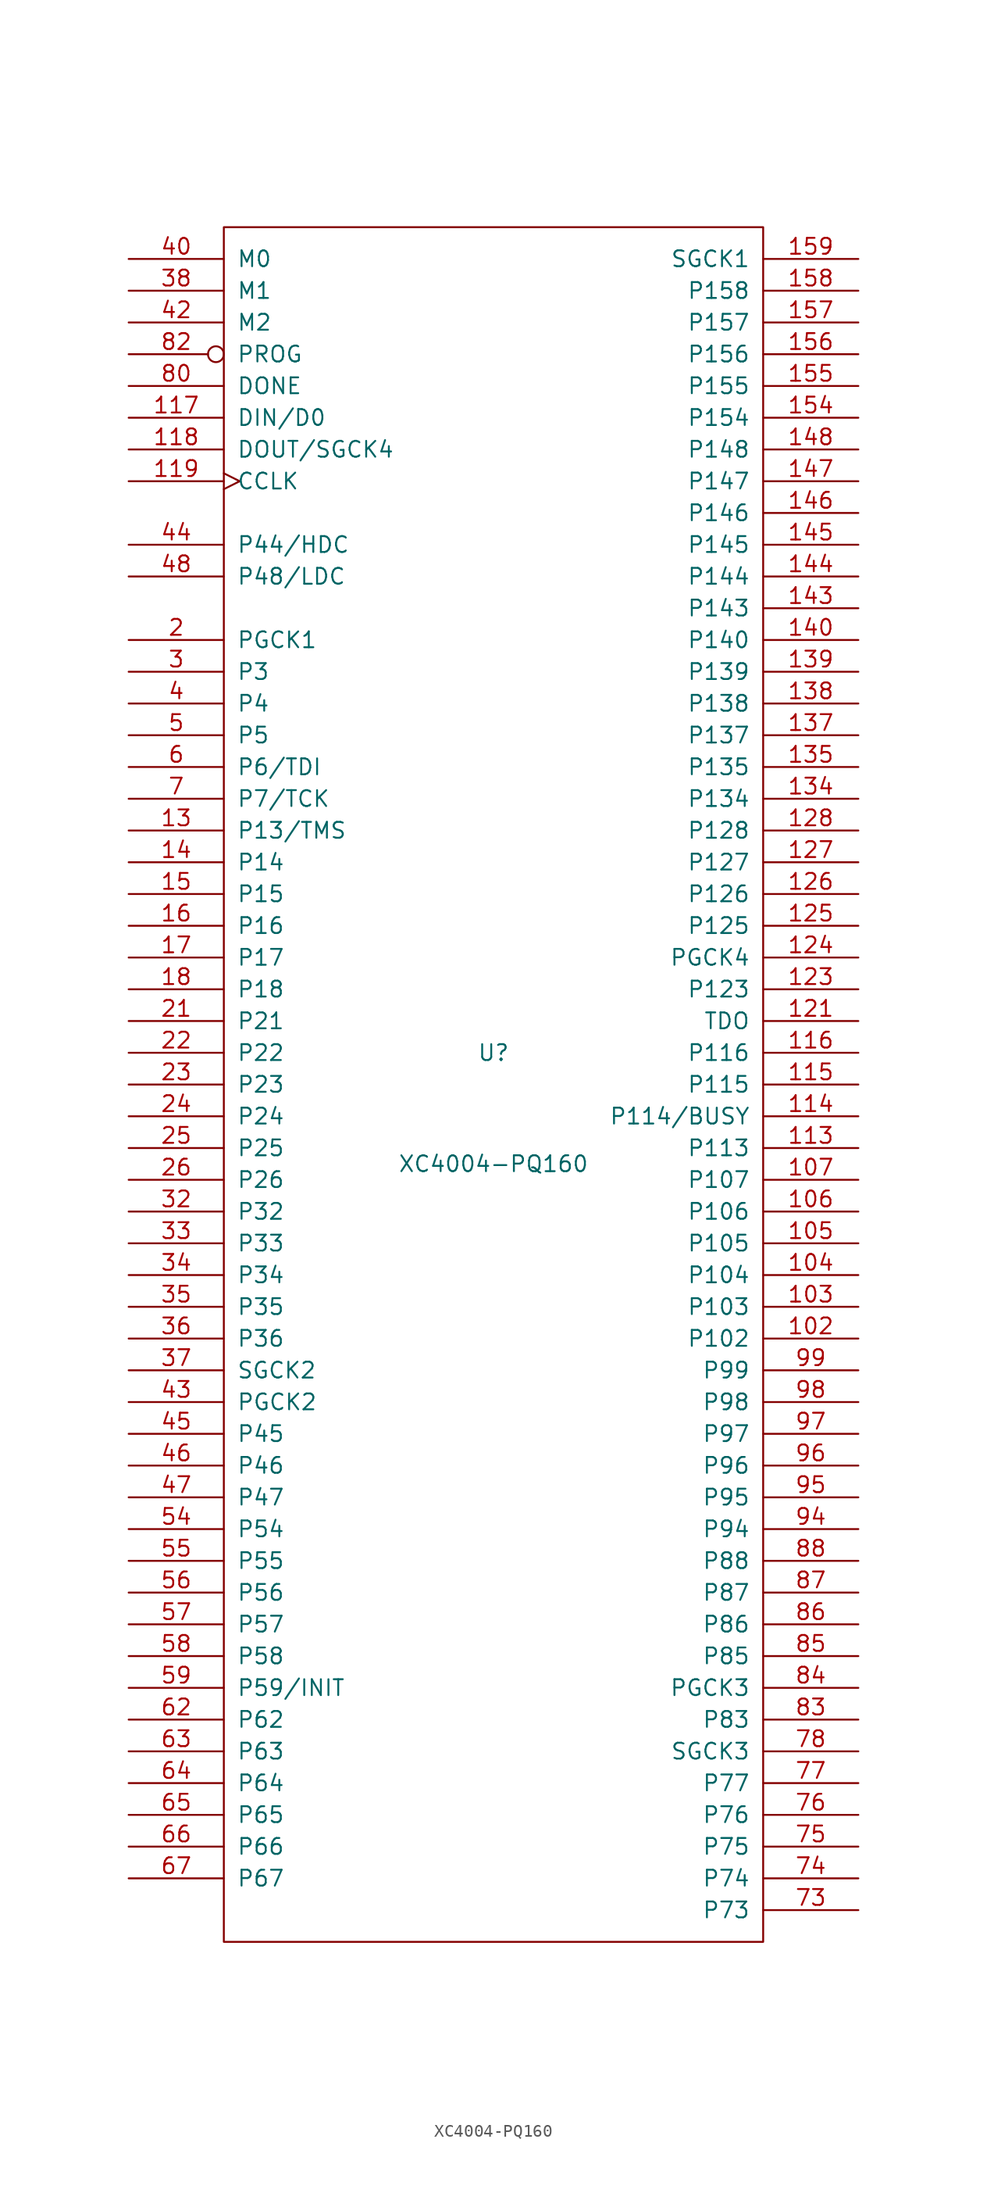
<source format=kicad_sym>
(kicad_symbol_lib
  (version 20201005)
  (generator kicad_symbol_editor)
  (symbol "FPGA_Xilinx:XC4004-PQ160"
    (pin_names
      (offset 1.016))
    (property "Reference" "U"
      (at 0 2.54 0)
      (effects (font (size 1.27 1.27))))
    (property "Value" "XC4004-PQ160"
      (at 0 -6.35 0)
      (effects (font (size 1.27 1.27))))
    (symbol "XC4004-PQ160_0_1"
      (rectangle (start -21.59 -68.58) (end 21.59 68.58) (stroke (width 0)) (fill (type none))))
    (symbol "XC4004-PQ160_1_1"
      (pin power_in line (at -19.05 -68.58 90) (length 0) hide (name "GND" (effects (font (size 1.27 1.27)))) (number "1" (effects (font (size 1.27 1.27)))))
      (pin power_in line (at -16.51 -68.58 90) (length 0) hide (name "GND" (effects (font (size 1.27 1.27)))) (number "10" (effects (font (size 1.27 1.27)))))
      (pin power_in line (at 2.54 68.58 270) (length 0) hide (name "VCC" (effects (font (size 1.27 1.27)))) (number "100" (effects (font (size 1.27 1.27)))))
      (pin power_in line (at 6.35 -68.58 90) (length 0) hide (name "GND" (effects (font (size 1.27 1.27)))) (number "101" (effects (font (size 1.27 1.27)))))
      (pin bidirectional line (at 29.21 -20.32 180) (length 7.62) (name "P102" (effects (font (size 1.27 1.27)))) (number "102" (effects (font (size 1.27 1.27)))))
      (pin bidirectional line (at 29.21 -17.78 180) (length 7.62) (name "P103" (effects (font (size 1.27 1.27)))) (number "103" (effects (font (size 1.27 1.27)))))
      (pin bidirectional line (at 29.21 -15.24 180) (length 7.62) (name "P104" (effects (font (size 1.27 1.27)))) (number "104" (effects (font (size 1.27 1.27)))))
      (pin bidirectional line (at 29.21 -12.7 180) (length 7.62) (name "P105" (effects (font (size 1.27 1.27)))) (number "105" (effects (font (size 1.27 1.27)))))
      (pin bidirectional line (at 29.21 -10.16 180) (length 7.62) (name "P106" (effects (font (size 1.27 1.27)))) (number "106" (effects (font (size 1.27 1.27)))))
      (pin bidirectional line (at 29.21 -7.62 180) (length 7.62) (name "P107" (effects (font (size 1.27 1.27)))) (number "107" (effects (font (size 1.27 1.27)))))
      (pin power_in line (at 8.89 -68.58 90) (length 0) hide (name "GND" (effects (font (size 1.27 1.27)))) (number "110" (effects (font (size 1.27 1.27)))))
      (pin bidirectional line (at 29.21 -5.08 180) (length 7.62) (name "P113" (effects (font (size 1.27 1.27)))) (number "113" (effects (font (size 1.27 1.27)))))
      (pin bidirectional line (at 29.21 -2.54 180) (length 7.62) (name "P114/BUSY" (effects (font (size 1.27 1.27)))) (number "114" (effects (font (size 1.27 1.27)))))
      (pin bidirectional line (at 29.21 0 180) (length 7.62) (name "P115" (effects (font (size 1.27 1.27)))) (number "115" (effects (font (size 1.27 1.27)))))
      (pin bidirectional line (at 29.21 2.54 180) (length 7.62) (name "P116" (effects (font (size 1.27 1.27)))) (number "116" (effects (font (size 1.27 1.27)))))
      (pin bidirectional line (at -29.21 53.34 0) (length 7.62) (name "DIN/D0" (effects (font (size 1.27 1.27)))) (number "117" (effects (font (size 1.27 1.27)))))
      (pin bidirectional line (at -29.21 50.8 0) (length 7.62) (name "DOUT/SGCK4" (effects (font (size 1.27 1.27)))) (number "118" (effects (font (size 1.27 1.27)))))
      (pin input clock (at -29.21 48.26 0) (length 7.62) (name "CCLK" (effects (font (size 1.27 1.27)))) (number "119" (effects (font (size 1.27 1.27)))))
      (pin power_in line (at 5.08 68.58 270) (length 0) hide (name "VCC" (effects (font (size 1.27 1.27)))) (number "120" (effects (font (size 1.27 1.27)))))
      (pin output line (at 29.21 5.08 180) (length 7.62) (name "TDO" (effects (font (size 1.27 1.27)))) (number "121" (effects (font (size 1.27 1.27)))))
      (pin power_in line (at 11.43 -68.58 90) (length 0) hide (name "GND" (effects (font (size 1.27 1.27)))) (number "122" (effects (font (size 1.27 1.27)))))
      (pin bidirectional line (at 29.21 7.62 180) (length 7.62) (name "P123" (effects (font (size 1.27 1.27)))) (number "123" (effects (font (size 1.27 1.27)))))
      (pin bidirectional line (at 29.21 10.16 180) (length 7.62) (name "PGCK4" (effects (font (size 1.27 1.27)))) (number "124" (effects (font (size 1.27 1.27)))))
      (pin bidirectional line (at 29.21 12.7 180) (length 7.62) (name "P125" (effects (font (size 1.27 1.27)))) (number "125" (effects (font (size 1.27 1.27)))))
      (pin bidirectional line (at 29.21 15.24 180) (length 7.62) (name "P126" (effects (font (size 1.27 1.27)))) (number "126" (effects (font (size 1.27 1.27)))))
      (pin bidirectional line (at 29.21 17.78 180) (length 7.62) (name "P127" (effects (font (size 1.27 1.27)))) (number "127" (effects (font (size 1.27 1.27)))))
      (pin bidirectional line (at 29.21 20.32 180) (length 7.62) (name "P128" (effects (font (size 1.27 1.27)))) (number "128" (effects (font (size 1.27 1.27)))))
      (pin bidirectional line (at -29.21 20.32 0) (length 7.62) (name "P13/TMS" (effects (font (size 1.27 1.27)))) (number "13" (effects (font (size 1.27 1.27)))))
      (pin power_in line (at 13.97 -68.58 90) (length 0) hide (name "GND" (effects (font (size 1.27 1.27)))) (number "131" (effects (font (size 1.27 1.27)))))
      (pin bidirectional line (at 29.21 22.86 180) (length 7.62) (name "P134" (effects (font (size 1.27 1.27)))) (number "134" (effects (font (size 1.27 1.27)))))
      (pin bidirectional line (at 29.21 25.4 180) (length 7.62) (name "P135" (effects (font (size 1.27 1.27)))) (number "135" (effects (font (size 1.27 1.27)))))
      (pin bidirectional line (at 29.21 27.94 180) (length 7.62) (name "P137" (effects (font (size 1.27 1.27)))) (number "137" (effects (font (size 1.27 1.27)))))
      (pin bidirectional line (at 29.21 30.48 180) (length 7.62) (name "P138" (effects (font (size 1.27 1.27)))) (number "138" (effects (font (size 1.27 1.27)))))
      (pin bidirectional line (at 29.21 33.02 180) (length 7.62) (name "P139" (effects (font (size 1.27 1.27)))) (number "139" (effects (font (size 1.27 1.27)))))
      (pin bidirectional line (at -29.21 17.78 0) (length 7.62) (name "P14" (effects (font (size 1.27 1.27)))) (number "14" (effects (font (size 1.27 1.27)))))
      (pin bidirectional line (at 29.21 35.56 180) (length 7.62) (name "P140" (effects (font (size 1.27 1.27)))) (number "140" (effects (font (size 1.27 1.27)))))
      (pin power_in line (at 16.51 -68.58 90) (length 0) hide (name "GND" (effects (font (size 1.27 1.27)))) (number "141" (effects (font (size 1.27 1.27)))))
      (pin power_in line (at 7.62 68.58 270) (length 0) hide (name "VCC" (effects (font (size 1.27 1.27)))) (number "142" (effects (font (size 1.27 1.27)))))
      (pin bidirectional line (at 29.21 38.1 180) (length 7.62) (name "P143" (effects (font (size 1.27 1.27)))) (number "143" (effects (font (size 1.27 1.27)))))
      (pin bidirectional line (at 29.21 40.64 180) (length 7.62) (name "P144" (effects (font (size 1.27 1.27)))) (number "144" (effects (font (size 1.27 1.27)))))
      (pin bidirectional line (at 29.21 43.18 180) (length 7.62) (name "P145" (effects (font (size 1.27 1.27)))) (number "145" (effects (font (size 1.27 1.27)))))
      (pin bidirectional line (at 29.21 45.72 180) (length 7.62) (name "P146" (effects (font (size 1.27 1.27)))) (number "146" (effects (font (size 1.27 1.27)))))
      (pin bidirectional line (at 29.21 48.26 180) (length 7.62) (name "P147" (effects (font (size 1.27 1.27)))) (number "147" (effects (font (size 1.27 1.27)))))
      (pin bidirectional line (at 29.21 50.8 180) (length 7.62) (name "P148" (effects (font (size 1.27 1.27)))) (number "148" (effects (font (size 1.27 1.27)))))
      (pin bidirectional line (at -29.21 15.24 0) (length 7.62) (name "P15" (effects (font (size 1.27 1.27)))) (number "15" (effects (font (size 1.27 1.27)))))
      (pin power_in line (at 19.05 -68.58 90) (length 0) hide (name "GND" (effects (font (size 1.27 1.27)))) (number "151" (effects (font (size 1.27 1.27)))))
      (pin bidirectional line (at 29.21 53.34 180) (length 7.62) (name "P154" (effects (font (size 1.27 1.27)))) (number "154" (effects (font (size 1.27 1.27)))))
      (pin bidirectional line (at 29.21 55.88 180) (length 7.62) (name "P155" (effects (font (size 1.27 1.27)))) (number "155" (effects (font (size 1.27 1.27)))))
      (pin bidirectional line (at 29.21 58.42 180) (length 7.62) (name "P156" (effects (font (size 1.27 1.27)))) (number "156" (effects (font (size 1.27 1.27)))))
      (pin bidirectional line (at 29.21 60.96 180) (length 7.62) (name "P157" (effects (font (size 1.27 1.27)))) (number "157" (effects (font (size 1.27 1.27)))))
      (pin bidirectional line (at 29.21 63.5 180) (length 7.62) (name "P158" (effects (font (size 1.27 1.27)))) (number "158" (effects (font (size 1.27 1.27)))))
      (pin bidirectional line (at 29.21 66.04 180) (length 7.62) (name "SGCK1" (effects (font (size 1.27 1.27)))) (number "159" (effects (font (size 1.27 1.27)))))
      (pin bidirectional line (at -29.21 12.7 0) (length 7.62) (name "P16" (effects (font (size 1.27 1.27)))) (number "16" (effects (font (size 1.27 1.27)))))
      (pin power_in line (at 10.16 68.58 270) (length 0) hide (name "VCC" (effects (font (size 1.27 1.27)))) (number "160" (effects (font (size 1.27 1.27)))))
      (pin bidirectional line (at -29.21 10.16 0) (length 7.62) (name "P17" (effects (font (size 1.27 1.27)))) (number "17" (effects (font (size 1.27 1.27)))))
      (pin bidirectional line (at -29.21 7.62 0) (length 7.62) (name "P18" (effects (font (size 1.27 1.27)))) (number "18" (effects (font (size 1.27 1.27)))))
      (pin power_in line (at -13.97 -68.58 90) (length 0) hide (name "GND" (effects (font (size 1.27 1.27)))) (number "19" (effects (font (size 1.27 1.27)))))
      (pin bidirectional line (at -29.21 35.56 0) (length 7.62) (name "PGCK1" (effects (font (size 1.27 1.27)))) (number "2" (effects (font (size 1.27 1.27)))))
      (pin power_in line (at -7.62 68.58 270) (length 0) hide (name "VCC" (effects (font (size 1.27 1.27)))) (number "20" (effects (font (size 1.27 1.27)))))
      (pin bidirectional line (at -29.21 5.08 0) (length 7.62) (name "P21" (effects (font (size 1.27 1.27)))) (number "21" (effects (font (size 1.27 1.27)))))
      (pin bidirectional line (at -29.21 2.54 0) (length 7.62) (name "P22" (effects (font (size 1.27 1.27)))) (number "22" (effects (font (size 1.27 1.27)))))
      (pin bidirectional line (at -29.21 0 0) (length 7.62) (name "P23" (effects (font (size 1.27 1.27)))) (number "23" (effects (font (size 1.27 1.27)))))
      (pin bidirectional line (at -29.21 -2.54 0) (length 7.62) (name "P24" (effects (font (size 1.27 1.27)))) (number "24" (effects (font (size 1.27 1.27)))))
      (pin bidirectional line (at -29.21 -5.08 0) (length 7.62) (name "P25" (effects (font (size 1.27 1.27)))) (number "25" (effects (font (size 1.27 1.27)))))
      (pin bidirectional line (at -29.21 -7.62 0) (length 7.62) (name "P26" (effects (font (size 1.27 1.27)))) (number "26" (effects (font (size 1.27 1.27)))))
      (pin power_in line (at -11.43 -68.58 90) (length 0) hide (name "GND" (effects (font (size 1.27 1.27)))) (number "29" (effects (font (size 1.27 1.27)))))
      (pin bidirectional line (at -29.21 33.02 0) (length 7.62) (name "P3" (effects (font (size 1.27 1.27)))) (number "3" (effects (font (size 1.27 1.27)))))
      (pin bidirectional line (at -29.21 -10.16 0) (length 7.62) (name "P32" (effects (font (size 1.27 1.27)))) (number "32" (effects (font (size 1.27 1.27)))))
      (pin bidirectional line (at -29.21 -12.7 0) (length 7.62) (name "P33" (effects (font (size 1.27 1.27)))) (number "33" (effects (font (size 1.27 1.27)))))
      (pin bidirectional line (at -29.21 -15.24 0) (length 7.62) (name "P34" (effects (font (size 1.27 1.27)))) (number "34" (effects (font (size 1.27 1.27)))))
      (pin bidirectional line (at -29.21 -17.78 0) (length 7.62) (name "P35" (effects (font (size 1.27 1.27)))) (number "35" (effects (font (size 1.27 1.27)))))
      (pin bidirectional line (at -29.21 -20.32 0) (length 7.62) (name "P36" (effects (font (size 1.27 1.27)))) (number "36" (effects (font (size 1.27 1.27)))))
      (pin bidirectional line (at -29.21 -22.86 0) (length 7.62) (name "SGCK2" (effects (font (size 1.27 1.27)))) (number "37" (effects (font (size 1.27 1.27)))))
      (pin input line (at -29.21 63.5 0) (length 7.62) (name "M1" (effects (font (size 1.27 1.27)))) (number "38" (effects (font (size 1.27 1.27)))))
      (pin power_in line (at -8.89 -68.58 90) (length 0) hide (name "GND" (effects (font (size 1.27 1.27)))) (number "39" (effects (font (size 1.27 1.27)))))
      (pin bidirectional line (at -29.21 30.48 0) (length 7.62) (name "P4" (effects (font (size 1.27 1.27)))) (number "4" (effects (font (size 1.27 1.27)))))
      (pin input line (at -29.21 66.04 0) (length 7.62) (name "M0" (effects (font (size 1.27 1.27)))) (number "40" (effects (font (size 1.27 1.27)))))
      (pin power_in line (at -5.08 68.58 270) (length 0) hide (name "VCC" (effects (font (size 1.27 1.27)))) (number "41" (effects (font (size 1.27 1.27)))))
      (pin input line (at -29.21 60.96 0) (length 7.62) (name "M2" (effects (font (size 1.27 1.27)))) (number "42" (effects (font (size 1.27 1.27)))))
      (pin bidirectional line (at -29.21 -25.4 0) (length 7.62) (name "PGCK2" (effects (font (size 1.27 1.27)))) (number "43" (effects (font (size 1.27 1.27)))))
      (pin bidirectional line (at -29.21 43.18 0) (length 7.62) (name "P44/HDC" (effects (font (size 1.27 1.27)))) (number "44" (effects (font (size 1.27 1.27)))))
      (pin bidirectional line (at -29.21 -27.94 0) (length 7.62) (name "P45" (effects (font (size 1.27 1.27)))) (number "45" (effects (font (size 1.27 1.27)))))
      (pin bidirectional line (at -29.21 -30.48 0) (length 7.62) (name "P46" (effects (font (size 1.27 1.27)))) (number "46" (effects (font (size 1.27 1.27)))))
      (pin bidirectional line (at -29.21 -33.02 0) (length 7.62) (name "P47" (effects (font (size 1.27 1.27)))) (number "47" (effects (font (size 1.27 1.27)))))
      (pin bidirectional line (at -29.21 40.64 0) (length 7.62) (name "P48/LDC" (effects (font (size 1.27 1.27)))) (number "48" (effects (font (size 1.27 1.27)))))
      (pin bidirectional line (at -29.21 27.94 0) (length 7.62) (name "P5" (effects (font (size 1.27 1.27)))) (number "5" (effects (font (size 1.27 1.27)))))
      (pin power_in line (at -6.35 -68.58 90) (length 0) hide (name "GND" (effects (font (size 1.27 1.27)))) (number "51" (effects (font (size 1.27 1.27)))))
      (pin bidirectional line (at -29.21 -35.56 0) (length 7.62) (name "P54" (effects (font (size 1.27 1.27)))) (number "54" (effects (font (size 1.27 1.27)))))
      (pin bidirectional line (at -29.21 -38.1 0) (length 7.62) (name "P55" (effects (font (size 1.27 1.27)))) (number "55" (effects (font (size 1.27 1.27)))))
      (pin bidirectional line (at -29.21 -40.64 0) (length 7.62) (name "P56" (effects (font (size 1.27 1.27)))) (number "56" (effects (font (size 1.27 1.27)))))
      (pin bidirectional line (at -29.21 -43.18 0) (length 7.62) (name "P57" (effects (font (size 1.27 1.27)))) (number "57" (effects (font (size 1.27 1.27)))))
      (pin bidirectional line (at -29.21 -45.72 0) (length 7.62) (name "P58" (effects (font (size 1.27 1.27)))) (number "58" (effects (font (size 1.27 1.27)))))
      (pin bidirectional line (at -29.21 -48.26 0) (length 7.62) (name "P59/INIT" (effects (font (size 1.27 1.27)))) (number "59" (effects (font (size 1.27 1.27)))))
      (pin bidirectional line (at -29.21 25.4 0) (length 7.62) (name "P6/TDI" (effects (font (size 1.27 1.27)))) (number "6" (effects (font (size 1.27 1.27)))))
      (pin power_in line (at -2.54 68.58 270) (length 0) hide (name "VCC" (effects (font (size 1.27 1.27)))) (number "60" (effects (font (size 1.27 1.27)))))
      (pin power_in line (at -3.81 -68.58 90) (length 0) hide (name "GND" (effects (font (size 1.27 1.27)))) (number "61" (effects (font (size 1.27 1.27)))))
      (pin bidirectional line (at -29.21 -50.8 0) (length 7.62) (name "P62" (effects (font (size 1.27 1.27)))) (number "62" (effects (font (size 1.27 1.27)))))
      (pin bidirectional line (at -29.21 -53.34 0) (length 7.62) (name "P63" (effects (font (size 1.27 1.27)))) (number "63" (effects (font (size 1.27 1.27)))))
      (pin bidirectional line (at -29.21 -55.88 0) (length 7.62) (name "P64" (effects (font (size 1.27 1.27)))) (number "64" (effects (font (size 1.27 1.27)))))
      (pin bidirectional line (at -29.21 -58.42 0) (length 7.62) (name "P65" (effects (font (size 1.27 1.27)))) (number "65" (effects (font (size 1.27 1.27)))))
      (pin bidirectional line (at -29.21 -60.96 0) (length 7.62) (name "P66" (effects (font (size 1.27 1.27)))) (number "66" (effects (font (size 1.27 1.27)))))
      (pin bidirectional line (at -29.21 -63.5 0) (length 7.62) (name "P67" (effects (font (size 1.27 1.27)))) (number "67" (effects (font (size 1.27 1.27)))))
      (pin bidirectional line (at -29.21 22.86 0) (length 7.62) (name "P7/TCK" (effects (font (size 1.27 1.27)))) (number "7" (effects (font (size 1.27 1.27)))))
      (pin power_in line (at -1.27 -68.58 90) (length 0) hide (name "GND" (effects (font (size 1.27 1.27)))) (number "70" (effects (font (size 1.27 1.27)))))
      (pin bidirectional line (at 29.21 -66.04 180) (length 7.62) (name "P73" (effects (font (size 1.27 1.27)))) (number "73" (effects (font (size 1.27 1.27)))))
      (pin bidirectional line (at 29.21 -63.5 180) (length 7.62) (name "P74" (effects (font (size 1.27 1.27)))) (number "74" (effects (font (size 1.27 1.27)))))
      (pin bidirectional line (at 29.21 -60.96 180) (length 7.62) (name "P75" (effects (font (size 1.27 1.27)))) (number "75" (effects (font (size 1.27 1.27)))))
      (pin bidirectional line (at 29.21 -58.42 180) (length 7.62) (name "P76" (effects (font (size 1.27 1.27)))) (number "76" (effects (font (size 1.27 1.27)))))
      (pin bidirectional line (at 29.21 -55.88 180) (length 7.62) (name "P77" (effects (font (size 1.27 1.27)))) (number "77" (effects (font (size 1.27 1.27)))))
      (pin bidirectional line (at 29.21 -53.34 180) (length 7.62) (name "SGCK3" (effects (font (size 1.27 1.27)))) (number "78" (effects (font (size 1.27 1.27)))))
      (pin power_in line (at 1.27 -68.58 90) (length 0) hide (name "GND" (effects (font (size 1.27 1.27)))) (number "79" (effects (font (size 1.27 1.27)))))
      (pin input line (at -29.21 55.88 0) (length 7.62) (name "DONE" (effects (font (size 1.27 1.27)))) (number "80" (effects (font (size 1.27 1.27)))))
      (pin power_in line (at 0 68.58 270) (length 0) hide (name "VCC" (effects (font (size 1.27 1.27)))) (number "81" (effects (font (size 1.27 1.27)))))
      (pin input inverted (at -29.21 58.42 0) (length 7.62) (name "PROG" (effects (font (size 1.27 1.27)))) (number "82" (effects (font (size 1.27 1.27)))))
      (pin bidirectional line (at 29.21 -50.8 180) (length 7.62) (name "P83" (effects (font (size 1.27 1.27)))) (number "83" (effects (font (size 1.27 1.27)))))
      (pin bidirectional line (at 29.21 -48.26 180) (length 7.62) (name "PGCK3" (effects (font (size 1.27 1.27)))) (number "84" (effects (font (size 1.27 1.27)))))
      (pin bidirectional line (at 29.21 -45.72 180) (length 7.62) (name "P85" (effects (font (size 1.27 1.27)))) (number "85" (effects (font (size 1.27 1.27)))))
      (pin bidirectional line (at 29.21 -43.18 180) (length 7.62) (name "P86" (effects (font (size 1.27 1.27)))) (number "86" (effects (font (size 1.27 1.27)))))
      (pin bidirectional line (at 29.21 -40.64 180) (length 7.62) (name "P87" (effects (font (size 1.27 1.27)))) (number "87" (effects (font (size 1.27 1.27)))))
      (pin bidirectional line (at 29.21 -38.1 180) (length 7.62) (name "P88" (effects (font (size 1.27 1.27)))) (number "88" (effects (font (size 1.27 1.27)))))
      (pin power_in line (at 3.81 -68.58 90) (length 0) hide (name "GND" (effects (font (size 1.27 1.27)))) (number "91" (effects (font (size 1.27 1.27)))))
      (pin bidirectional line (at 29.21 -35.56 180) (length 7.62) (name "P94" (effects (font (size 1.27 1.27)))) (number "94" (effects (font (size 1.27 1.27)))))
      (pin bidirectional line (at 29.21 -33.02 180) (length 7.62) (name "P95" (effects (font (size 1.27 1.27)))) (number "95" (effects (font (size 1.27 1.27)))))
      (pin bidirectional line (at 29.21 -30.48 180) (length 7.62) (name "P96" (effects (font (size 1.27 1.27)))) (number "96" (effects (font (size 1.27 1.27)))))
      (pin bidirectional line (at 29.21 -27.94 180) (length 7.62) (name "P97" (effects (font (size 1.27 1.27)))) (number "97" (effects (font (size 1.27 1.27)))))
      (pin bidirectional line (at 29.21 -25.4 180) (length 7.62) (name "P98" (effects (font (size 1.27 1.27)))) (number "98" (effects (font (size 1.27 1.27)))))
      (pin bidirectional line (at 29.21 -22.86 180) (length 7.62) (name "P99" (effects (font (size 1.27 1.27)))) (number "99" (effects (font (size 1.27 1.27))))))))
</source>
